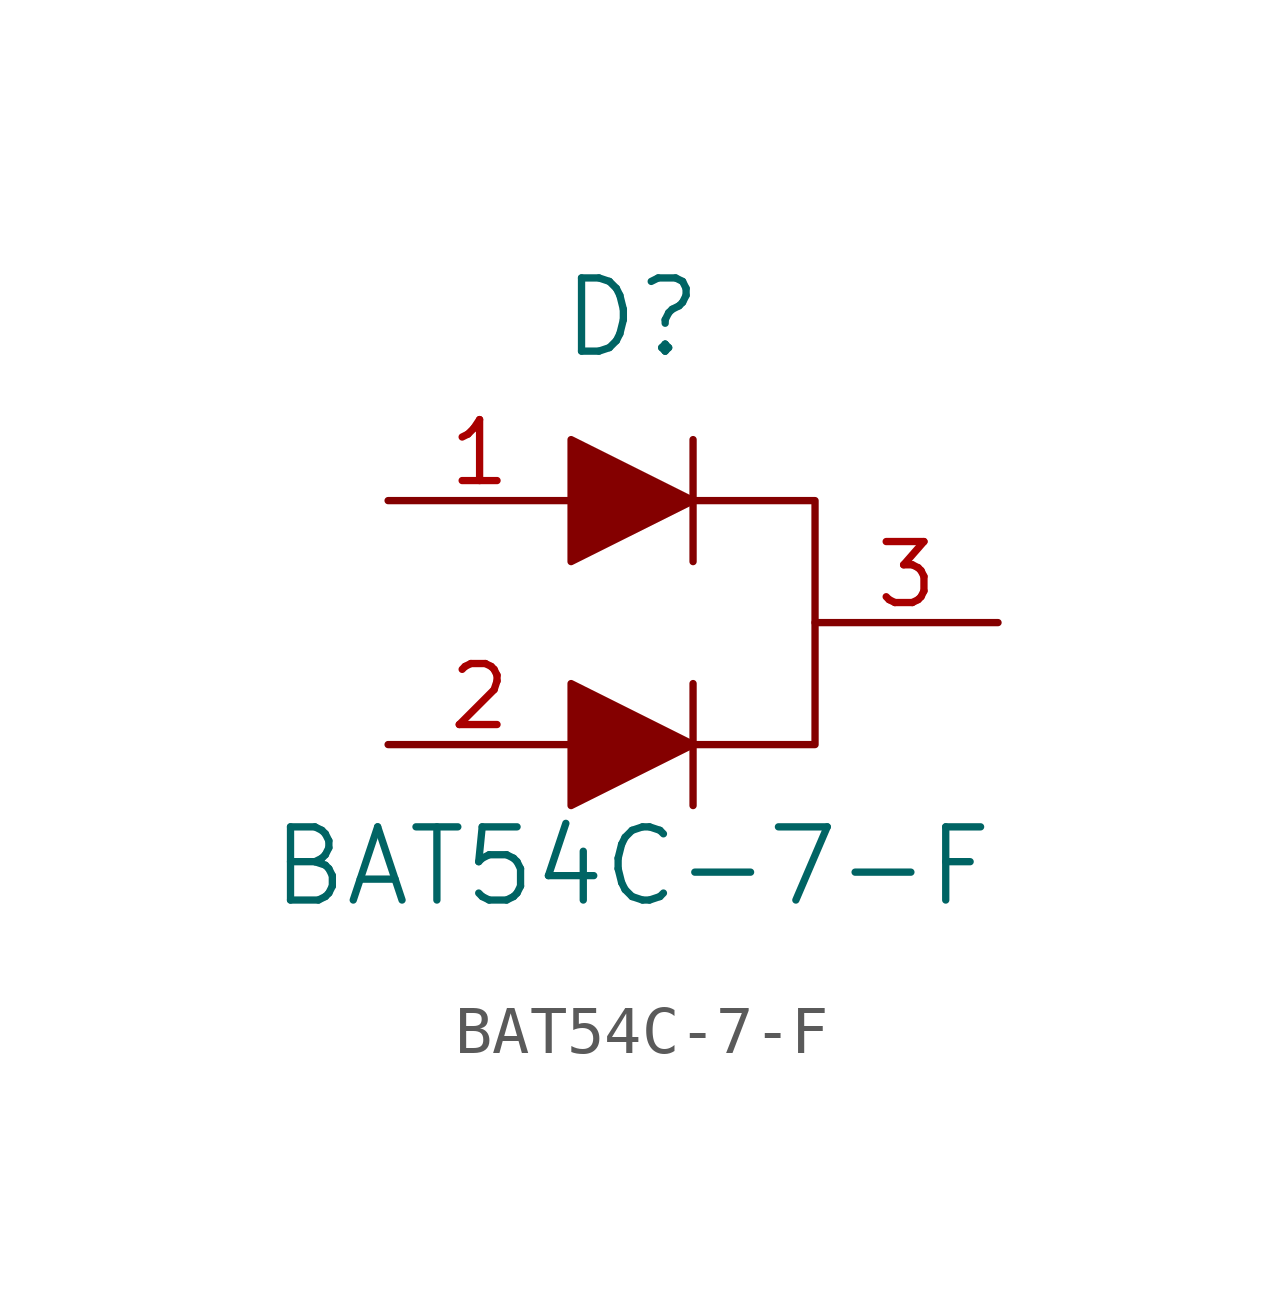
<source format=kicad_sym>
(kicad_symbol_lib
  (version 20220914)
  (generator kicad_symbol_editor)
  (symbol "BAT54C-7-F"
    (pin_names
      (offset 0.025))
    (property "Reference" "D"
      (at 0 6.35 0)
      (effects (font (size 1.524 1.524))))
    (property "Value" "BAT54C-7-F"
      (at 0 -5.08 0)
      (effects (font (size 1.524 1.524))))
    (symbol "BAT54C-7-F_0_1"
      (polyline (pts (xy 1.27 -1.27) (xy 1.27 -3.81)) (stroke (width 0) (type solid)) (fill (type none)))
      (polyline (pts (xy 1.27 1.27) (xy 1.27 3.81)) (stroke (width 0) (type solid)) (fill (type none)))
      (polyline (pts (xy -1.27 -1.27) (xy -1.27 -3.81) (xy 1.27 -2.54) (xy -1.27 -1.27)) (stroke (width 0) (type solid)) (fill (type outline)))
      (polyline (pts (xy -1.27 3.81) (xy -1.27 1.27) (xy 1.27 2.54) (xy -1.27 3.81)) (stroke (width 0) (type solid)) (fill (type outline))))
    (symbol "BAT54C-7-F_1_1"
      (polyline (pts (xy 1.27 2.54) (xy 3.81 2.54) (xy 3.81 -2.54) (xy 1.27 -2.54)) (stroke (width 0) (type solid)) (fill (type none)))
      (pin passive line (at -5.08 2.54 0) (length 3.81) (name "~" (effects (font (size 1.27 1.27)))) (number "1" (effects (font (size 1.27 1.27)))))
      (pin passive line (at -5.08 -2.54 0) (length 3.81) (name "~" (effects (font (size 1.27 1.27)))) (number "2" (effects (font (size 1.27 1.27)))))
      (pin passive line (at 7.62 0 180) (length 3.81) (name "~" (effects (font (size 1.27 1.27)))) (number "3" (effects (font (size 1.27 1.27))))))))
</source>
